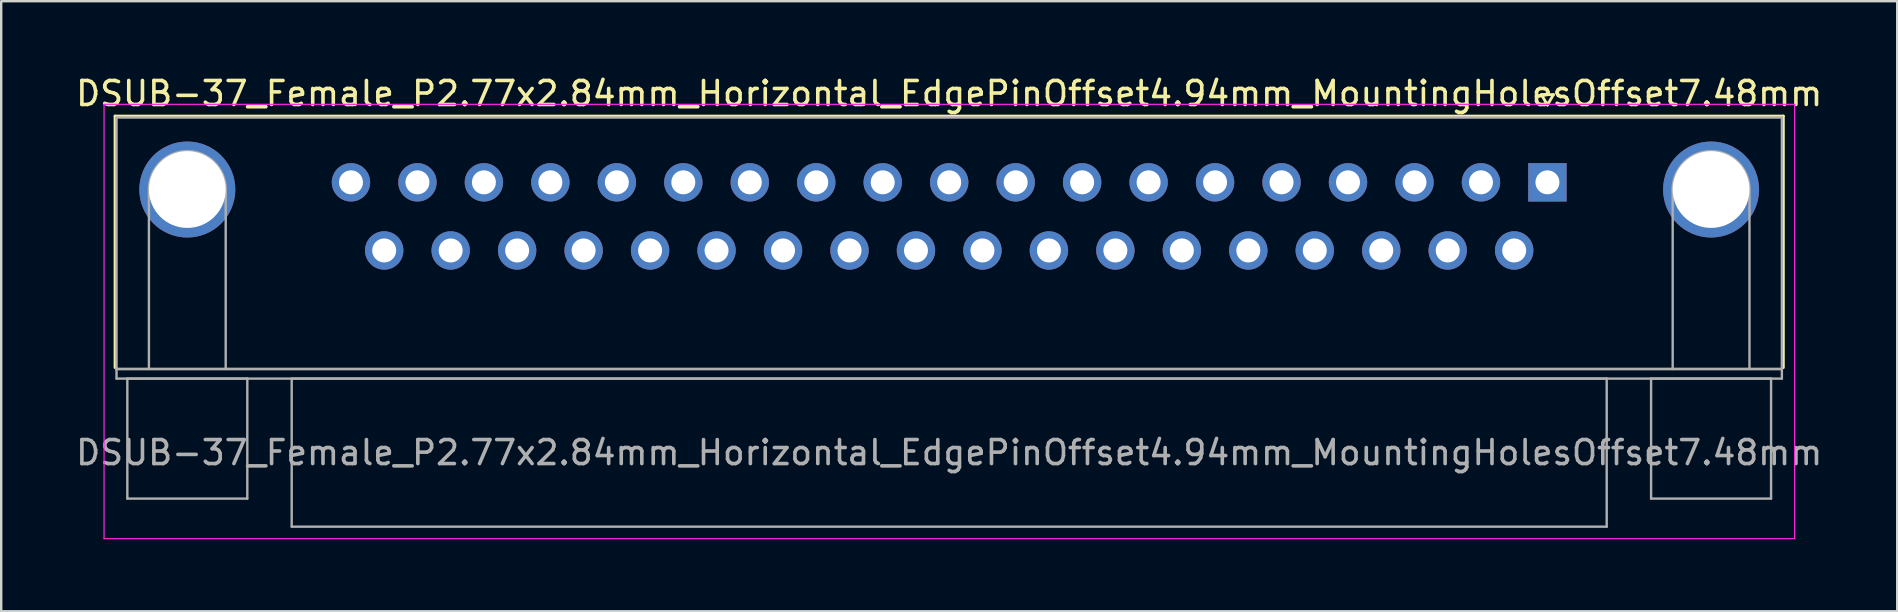
<source format=kicad_pcb>
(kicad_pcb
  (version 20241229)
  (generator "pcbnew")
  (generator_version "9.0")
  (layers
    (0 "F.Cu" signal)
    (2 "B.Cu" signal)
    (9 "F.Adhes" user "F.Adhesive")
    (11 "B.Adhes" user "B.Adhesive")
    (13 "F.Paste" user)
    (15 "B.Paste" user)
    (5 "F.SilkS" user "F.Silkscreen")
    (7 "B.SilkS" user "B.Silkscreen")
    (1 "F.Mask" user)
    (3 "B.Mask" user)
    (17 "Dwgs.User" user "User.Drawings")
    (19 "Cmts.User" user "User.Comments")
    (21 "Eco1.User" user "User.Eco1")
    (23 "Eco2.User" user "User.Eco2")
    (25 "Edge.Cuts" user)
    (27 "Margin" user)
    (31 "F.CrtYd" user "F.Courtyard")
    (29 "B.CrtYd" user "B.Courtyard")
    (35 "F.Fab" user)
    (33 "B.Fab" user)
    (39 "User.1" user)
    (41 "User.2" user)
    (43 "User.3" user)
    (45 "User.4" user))
  (footprint "DSUB-37_Female_P2.77x2.84mm_Horizontal_EdgePinOffset4.94mm_MountingHolesOffset7.48mm"
    (layer "F.Cu")
    (at 61.436 4.548)
    (property "Reference" "DSUB-37_Female_P2.77x2.84mm_Horizontal_EdgePinOffset4.94mm_MountingHolesOffset7.48mm" (at -24.93 -3.7 0) (layer "F.SilkS") (effects (font (size 1 1) (thickness 0.15))))
    (attr through_hole)
    (fp_line (start -59.69 -2.76) (end 9.83 -2.76) (stroke (width 0.12) (type solid)) (layer "F.SilkS"))
    (fp_line (start -59.69 7.72) (end -59.69 -2.76) (stroke (width 0.12) (type solid)) (layer "F.SilkS"))
    (fp_line (start -0.25 -3.654) (end 0.25 -3.654) (stroke (width 0.12) (type solid)) (layer "F.SilkS"))
    (fp_line (start 0 -3.221) (end -0.25 -3.654) (stroke (width 0.12) (type solid)) (layer "F.SilkS"))
    (fp_line (start 0.25 -3.654) (end 0 -3.221) (stroke (width 0.12) (type solid)) (layer "F.SilkS"))
    (fp_line (start 9.83 -2.76) (end 9.83 7.72) (stroke (width 0.12) (type solid)) (layer "F.SilkS"))
    (fp_line (start -60.15 -3.25) (end -60.15 14.85) (stroke (width 0.05) (type solid)) (layer "F.CrtYd"))
    (fp_line (start -60.15 14.85) (end 10.3 14.85) (stroke (width 0.05) (type solid)) (layer "F.CrtYd"))
    (fp_line (start 10.3 -3.25) (end -60.15 -3.25) (stroke (width 0.05) (type solid)) (layer "F.CrtYd"))
    (fp_line (start 10.3 14.85) (end 10.3 -3.25) (stroke (width 0.05) (type solid)) (layer "F.CrtYd"))
    (fp_line (start -59.63 -2.7) (end -59.63 7.78) (stroke (width 0.1) (type solid)) (layer "F.Fab"))
    (fp_line (start -59.63 7.78) (end -59.63 8.18) (stroke (width 0.1) (type solid)) (layer "F.Fab"))
    (fp_line (start -59.63 7.78) (end 9.77 7.78) (stroke (width 0.1) (type solid)) (layer "F.Fab"))
    (fp_line (start -59.63 8.18) (end 9.77 8.18) (stroke (width 0.1) (type solid)) (layer "F.Fab"))
    (fp_line (start -59.18 8.18) (end -59.18 13.18) (stroke (width 0.1) (type solid)) (layer "F.Fab"))
    (fp_line (start -59.18 13.18) (end -54.18 13.18) (stroke (width 0.1) (type solid)) (layer "F.Fab"))
    (fp_line (start -58.28 7.78) (end -58.28 0.3) (stroke (width 0.1) (type solid)) (layer "F.Fab"))
    (fp_line (start -55.08 7.78) (end -55.08 0.3) (stroke (width 0.1) (type solid)) (layer "F.Fab"))
    (fp_line (start -54.18 8.18) (end -59.18 8.18) (stroke (width 0.1) (type solid)) (layer "F.Fab"))
    (fp_line (start -54.18 13.18) (end -54.18 8.18) (stroke (width 0.1) (type solid)) (layer "F.Fab"))
    (fp_line (start -52.33 8.18) (end -52.33 14.35) (stroke (width 0.1) (type solid)) (layer "F.Fab"))
    (fp_line (start -52.33 14.35) (end 2.47 14.35) (stroke (width 0.1) (type solid)) (layer "F.Fab"))
    (fp_line (start 2.47 8.18) (end -52.33 8.18) (stroke (width 0.1) (type solid)) (layer "F.Fab"))
    (fp_line (start 2.47 14.35) (end 2.47 8.18) (stroke (width 0.1) (type solid)) (layer "F.Fab"))
    (fp_line (start 4.32 8.18) (end 4.32 13.18) (stroke (width 0.1) (type solid)) (layer "F.Fab"))
    (fp_line (start 4.32 13.18) (end 9.32 13.18) (stroke (width 0.1) (type solid)) (layer "F.Fab"))
    (fp_line (start 5.22 7.78) (end 5.22 0.3) (stroke (width 0.1) (type solid)) (layer "F.Fab"))
    (fp_line (start 8.42 7.78) (end 8.42 0.3) (stroke (width 0.1) (type solid)) (layer "F.Fab"))
    (fp_line (start 9.32 8.18) (end 4.32 8.18) (stroke (width 0.1) (type solid)) (layer "F.Fab"))
    (fp_line (start 9.32 13.18) (end 9.32 8.18) (stroke (width 0.1) (type solid)) (layer "F.Fab"))
    (fp_line (start 9.77 -2.7) (end -59.63 -2.7) (stroke (width 0.1) (type solid)) (layer "F.Fab"))
    (fp_line (start 9.77 7.78) (end -59.63 7.78) (stroke (width 0.1) (type solid)) (layer "F.Fab"))
    (fp_line (start 9.77 7.78) (end 9.77 -2.7) (stroke (width 0.1) (type solid)) (layer "F.Fab"))
    (fp_line (start 9.77 8.18) (end 9.77 7.78) (stroke (width 0.1) (type solid)) (layer "F.Fab"))
    (fp_arc (start -58.28 0.3) (mid -56.68 -1.3) (end -55.08 0.3) (stroke (width 0.1) (type solid)) (layer "F.Fab"))
    (fp_arc (start 5.22 0.3) (mid 6.82 -1.3) (end 8.42 0.3) (stroke (width 0.1) (type solid)) (layer "F.Fab"))
    (fp_text user "${REFERENCE}" (at -24.93 11.265 0) (layer "F.Fab") (effects (font (size 1 1) (thickness 0.15))))
    (pad "0" thru_hole circle (at -56.68 0.3) (size 4 4) (drill 3.2) (layers "*.Cu" "*.Mask"))
    (pad "0" thru_hole circle (at 6.82 0.3) (size 4 4) (drill 3.2) (layers "*.Cu" "*.Mask"))
    (pad "1" thru_hole rect (at 0 0) (size 1.6 1.6) (drill 1) (layers "*.Cu" "*.Mask"))
    (pad "2" thru_hole circle (at -2.77 0) (size 1.6 1.6) (drill 1) (layers "*.Cu" "*.Mask"))
    (pad "3" thru_hole circle (at -5.54 0) (size 1.6 1.6) (drill 1) (layers "*.Cu" "*.Mask"))
    (pad "4" thru_hole circle (at -8.31 0) (size 1.6 1.6) (drill 1) (layers "*.Cu" "*.Mask"))
    (pad "5" thru_hole circle (at -11.08 0) (size 1.6 1.6) (drill 1) (layers "*.Cu" "*.Mask"))
    (pad "6" thru_hole circle (at -13.85 0) (size 1.6 1.6) (drill 1) (layers "*.Cu" "*.Mask"))
    (pad "7" thru_hole circle (at -16.62 0) (size 1.6 1.6) (drill 1) (layers "*.Cu" "*.Mask"))
    (pad "8" thru_hole circle (at -19.39 0) (size 1.6 1.6) (drill 1) (layers "*.Cu" "*.Mask"))
    (pad "9" thru_hole circle (at -22.16 0) (size 1.6 1.6) (drill 1) (layers "*.Cu" "*.Mask"))
    (pad "10" thru_hole circle (at -24.93 0) (size 1.6 1.6) (drill 1) (layers "*.Cu" "*.Mask"))
    (pad "11" thru_hole circle (at -27.7 0) (size 1.6 1.6) (drill 1) (layers "*.Cu" "*.Mask"))
    (pad "12" thru_hole circle (at -30.47 0) (size 1.6 1.6) (drill 1) (layers "*.Cu" "*.Mask"))
    (pad "13" thru_hole circle (at -33.24 0) (size 1.6 1.6) (drill 1) (layers "*.Cu" "*.Mask"))
    (pad "14" thru_hole circle (at -36.01 0) (size 1.6 1.6) (drill 1) (layers "*.Cu" "*.Mask"))
    (pad "15" thru_hole circle (at -38.78 0) (size 1.6 1.6) (drill 1) (layers "*.Cu" "*.Mask"))
    (pad "16" thru_hole circle (at -41.55 0) (size 1.6 1.6) (drill 1) (layers "*.Cu" "*.Mask"))
    (pad "17" thru_hole circle (at -44.32 0) (size 1.6 1.6) (drill 1) (layers "*.Cu" "*.Mask"))
    (pad "18" thru_hole circle (at -47.09 0) (size 1.6 1.6) (drill 1) (layers "*.Cu" "*.Mask"))
    (pad "19" thru_hole circle (at -49.86 0) (size 1.6 1.6) (drill 1) (layers "*.Cu" "*.Mask"))
    (pad "20" thru_hole circle (at -1.385 2.84) (size 1.6 1.6) (drill 1) (layers "*.Cu" "*.Mask"))
    (pad "21" thru_hole circle (at -4.155 2.84) (size 1.6 1.6) (drill 1) (layers "*.Cu" "*.Mask"))
    (pad "22" thru_hole circle (at -6.925 2.84) (size 1.6 1.6) (drill 1) (layers "*.Cu" "*.Mask"))
    (pad "23" thru_hole circle (at -9.695 2.84) (size 1.6 1.6) (drill 1) (layers "*.Cu" "*.Mask"))
    (pad "24" thru_hole circle (at -12.465 2.84) (size 1.6 1.6) (drill 1) (layers "*.Cu" "*.Mask"))
    (pad "25" thru_hole circle (at -15.235 2.84) (size 1.6 1.6) (drill 1) (layers "*.Cu" "*.Mask"))
    (pad "26" thru_hole circle (at -18.005 2.84) (size 1.6 1.6) (drill 1) (layers "*.Cu" "*.Mask"))
    (pad "27" thru_hole circle (at -20.775 2.84) (size 1.6 1.6) (drill 1) (layers "*.Cu" "*.Mask"))
    (pad "28" thru_hole circle (at -23.545 2.84) (size 1.6 1.6) (drill 1) (layers "*.Cu" "*.Mask"))
    (pad "29" thru_hole circle (at -26.315 2.84) (size 1.6 1.6) (drill 1) (layers "*.Cu" "*.Mask"))
    (pad "30" thru_hole circle (at -29.085 2.84) (size 1.6 1.6) (drill 1) (layers "*.Cu" "*.Mask"))
    (pad "31" thru_hole circle (at -31.855 2.84) (size 1.6 1.6) (drill 1) (layers "*.Cu" "*.Mask"))
    (pad "32" thru_hole circle (at -34.625 2.84) (size 1.6 1.6) (drill 1) (layers "*.Cu" "*.Mask"))
    (pad "33" thru_hole circle (at -37.395 2.84) (size 1.6 1.6) (drill 1) (layers "*.Cu" "*.Mask"))
    (pad "34" thru_hole circle (at -40.165 2.84) (size 1.6 1.6) (drill 1) (layers "*.Cu" "*.Mask"))
    (pad "35" thru_hole circle (at -42.935 2.84) (size 1.6 1.6) (drill 1) (layers "*.Cu" "*.Mask"))
    (pad "36" thru_hole circle (at -45.705 2.84) (size 1.6 1.6) (drill 1) (layers "*.Cu" "*.Mask"))
    (pad "37" thru_hole circle (at -48.475 2.84) (size 1.6 1.6) (drill 1) (layers "*.Cu" "*.Mask")))
  (gr_rect
    (start -3 -3)
    (end 76.012 22.423)
    (stroke (width 0.1) (type default))
    (fill no)
    (layer "Edge.Cuts")))
</source>
